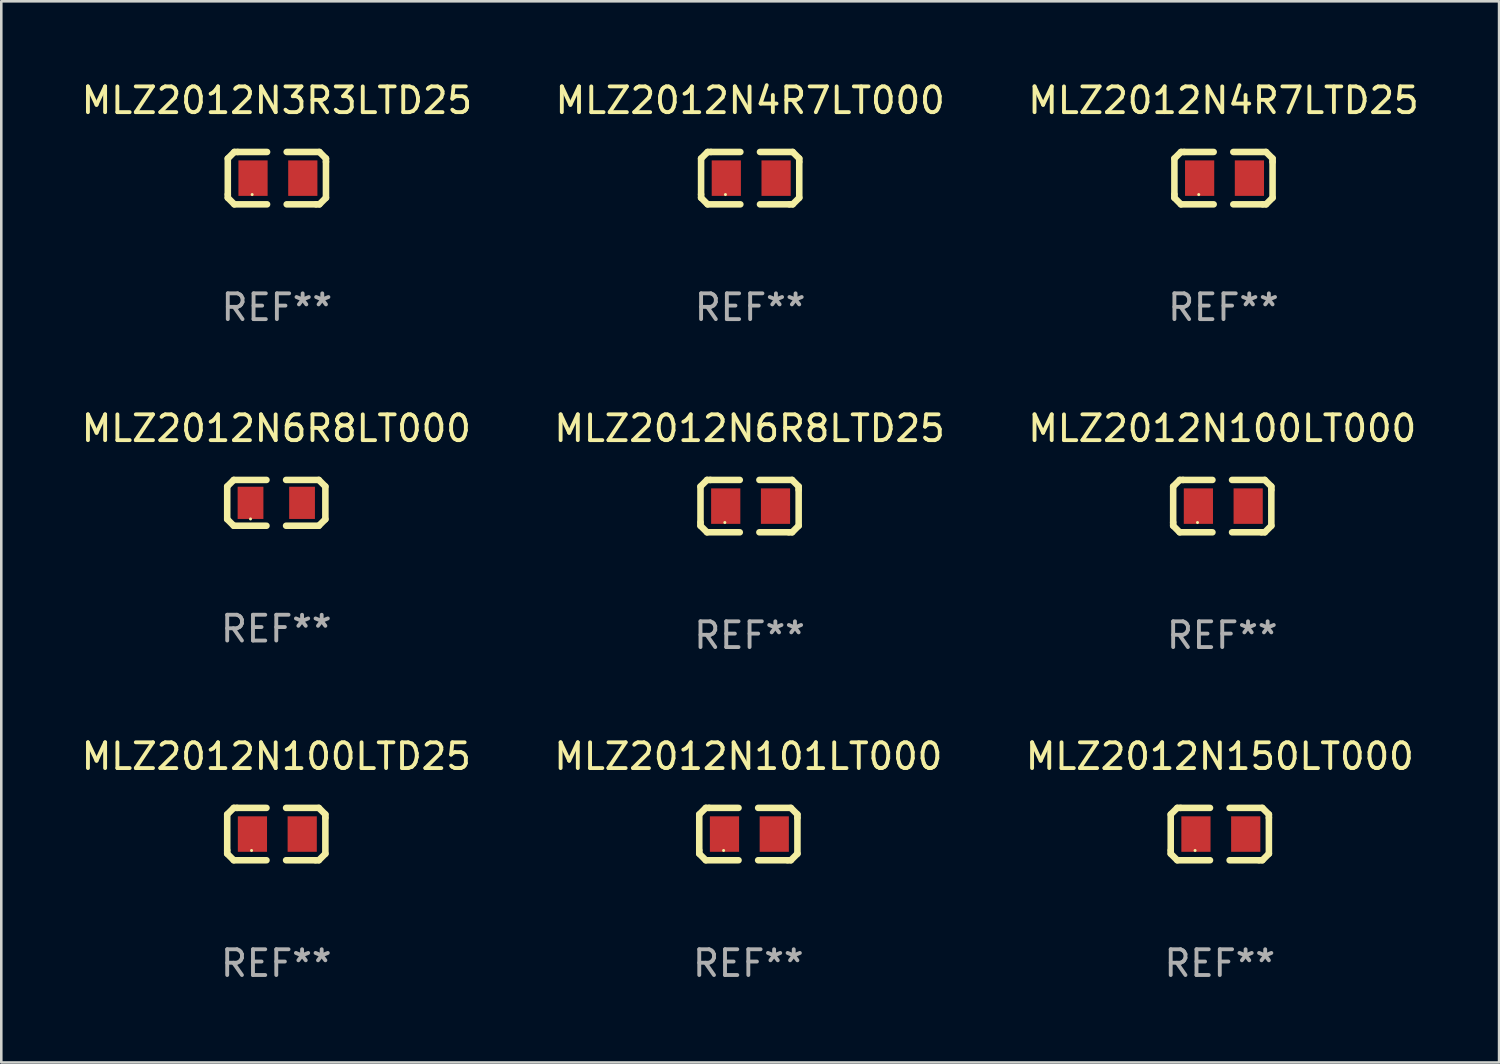
<source format=kicad_pcb>
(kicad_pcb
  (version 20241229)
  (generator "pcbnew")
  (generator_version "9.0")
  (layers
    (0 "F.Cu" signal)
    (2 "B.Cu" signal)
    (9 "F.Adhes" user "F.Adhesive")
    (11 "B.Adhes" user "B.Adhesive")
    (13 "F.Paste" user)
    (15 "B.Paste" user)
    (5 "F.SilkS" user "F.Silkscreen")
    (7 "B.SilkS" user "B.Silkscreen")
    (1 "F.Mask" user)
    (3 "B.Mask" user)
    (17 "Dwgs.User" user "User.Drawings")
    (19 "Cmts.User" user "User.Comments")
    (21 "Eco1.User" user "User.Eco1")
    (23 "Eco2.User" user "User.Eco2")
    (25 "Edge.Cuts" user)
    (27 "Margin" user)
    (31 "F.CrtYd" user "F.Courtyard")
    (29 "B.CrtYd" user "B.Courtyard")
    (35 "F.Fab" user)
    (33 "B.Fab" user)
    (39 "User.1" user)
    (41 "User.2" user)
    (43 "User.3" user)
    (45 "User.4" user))
  (footprint "MLZ2012N100LTD25"
    (layer "F.Cu")
    (at 7.673 29.321)
    (property "Reference" "MLZ2012N100LTD25" (at 0 -3.016 0) (layer "F.SilkS") (effects (font (size 1 1) (thickness 0.15))))
    (attr through_hole)
    (fp_line (start -1.905 -0.762) (end -1.905 0.635) (stroke (width 0.254) (type solid)) (layer "F.SilkS"))
    (fp_line (start -1.905 0.635) (end -1.905 0.762) (stroke (width 0.254) (type solid)) (layer "F.SilkS"))
    (fp_line (start -1.905 0.762) (end -1.651 1.016) (stroke (width 0.254) (type solid)) (layer "F.SilkS"))
    (fp_line (start -1.651 -1.016) (end -1.905 -0.762) (stroke (width 0.254) (type solid)) (layer "F.SilkS"))
    (fp_line (start -1.651 1.016) (end -0.381 1.016) (stroke (width 0.254) (type solid)) (layer "F.SilkS"))
    (fp_line (start -1.524 -1.016) (end -1.651 -1.016) (stroke (width 0.254) (type solid)) (layer "F.SilkS"))
    (fp_line (start -0.381 -1.016) (end -1.524 -1.016) (stroke (width 0.254) (type solid)) (layer "F.SilkS"))
    (fp_line (start 0.381 1.016) (end 1.524 1.016) (stroke (width 0.254) (type solid)) (layer "F.SilkS"))
    (fp_line (start 1.524 1.016) (end 1.651 1.016) (stroke (width 0.254) (type solid)) (layer "F.SilkS"))
    (fp_line (start 1.651 -1.016) (end 0.381 -1.016) (stroke (width 0.254) (type solid)) (layer "F.SilkS"))
    (fp_line (start 1.651 1.016) (end 1.905 0.762) (stroke (width 0.254) (type solid)) (layer "F.SilkS"))
    (fp_line (start 1.905 -0.762) (end 1.651 -1.016) (stroke (width 0.254) (type solid)) (layer "F.SilkS"))
    (fp_line (start 1.905 -0.635) (end 1.905 -0.762) (stroke (width 0.254) (type solid)) (layer "F.SilkS"))
    (fp_line (start 1.905 0.762) (end 1.905 -0.635) (stroke (width 0.254) (type solid)) (layer "F.SilkS"))
    (fp_circle (center -0.96 0.637) (end -0.93 0.637) (stroke (width 0.06) (type solid)) (fill no) (layer "F.SilkS"))
    (fp_text user "REF**" (at 0 5.016 0) (layer "F.Fab") (effects (font (size 1 1) (thickness 0.15))))
    (pad "1" smd rect (at -0.926 -0.000051) (size 1.133 1.377) (layers "F.Cu" "F.Mask" "F.Paste"))
    (pad "2" smd rect (at 1.006 -0.000051) (size 1.133 1.377) (layers "F.Cu" "F.Mask" "F.Paste")))
  (footprint "MLZ2012N4R7LT000"
    (layer "F.Cu")
    (at 26.065 3.864)
    (property "Reference" "MLZ2012N4R7LT000" (at 0 -3.016 0) (layer "F.SilkS") (effects (font (size 1 1) (thickness 0.15))))
    (attr through_hole)
    (fp_line (start -1.905 -0.762) (end -1.905 0.635) (stroke (width 0.254) (type solid)) (layer "F.SilkS"))
    (fp_line (start -1.905 0.635) (end -1.905 0.762) (stroke (width 0.254) (type solid)) (layer "F.SilkS"))
    (fp_line (start -1.905 0.762) (end -1.651 1.016) (stroke (width 0.254) (type solid)) (layer "F.SilkS"))
    (fp_line (start -1.651 -1.016) (end -1.905 -0.762) (stroke (width 0.254) (type solid)) (layer "F.SilkS"))
    (fp_line (start -1.651 1.016) (end -0.381 1.016) (stroke (width 0.254) (type solid)) (layer "F.SilkS"))
    (fp_line (start -1.524 -1.016) (end -1.651 -1.016) (stroke (width 0.254) (type solid)) (layer "F.SilkS"))
    (fp_line (start -0.381 -1.016) (end -1.524 -1.016) (stroke (width 0.254) (type solid)) (layer "F.SilkS"))
    (fp_line (start 0.381 1.016) (end 1.524 1.016) (stroke (width 0.254) (type solid)) (layer "F.SilkS"))
    (fp_line (start 1.524 1.016) (end 1.651 1.016) (stroke (width 0.254) (type solid)) (layer "F.SilkS"))
    (fp_line (start 1.651 -1.016) (end 0.381 -1.016) (stroke (width 0.254) (type solid)) (layer "F.SilkS"))
    (fp_line (start 1.651 1.016) (end 1.905 0.762) (stroke (width 0.254) (type solid)) (layer "F.SilkS"))
    (fp_line (start 1.905 -0.762) (end 1.651 -1.016) (stroke (width 0.254) (type solid)) (layer "F.SilkS"))
    (fp_line (start 1.905 -0.635) (end 1.905 -0.762) (stroke (width 0.254) (type solid)) (layer "F.SilkS"))
    (fp_line (start 1.905 0.762) (end 1.905 -0.635) (stroke (width 0.254) (type solid)) (layer "F.SilkS"))
    (fp_circle (center -0.96 0.637) (end -0.93 0.637) (stroke (width 0.06) (type solid)) (fill no) (layer "F.SilkS"))
    (fp_text user "REF**" (at 0 5.016 0) (layer "F.Fab") (effects (font (size 1 1) (thickness 0.15))))
    (pad "1" smd rect (at -0.926 -0.000051) (size 1.133 1.377) (layers "F.Cu" "F.Mask" "F.Paste"))
    (pad "2" smd rect (at 1.006 -0.000051) (size 1.133 1.377) (layers "F.Cu" "F.Mask" "F.Paste")))
  (footprint "MLZ2012N6R8LT000"
    (layer "F.Cu")
    (at 7.673 16.466)
    (property "Reference" "MLZ2012N6R8LT000" (at 0 -2.889 0) (layer "F.SilkS") (effects (font (size 1 1) (thickness 0.15))))
    (attr through_hole)
    (fp_line (start -1.905 -0.635) (end -1.651 -0.889) (stroke (width 0.254) (type solid)) (layer "F.SilkS"))
    (fp_line (start -1.905 0.635) (end -1.905 -0.635) (stroke (width 0.254) (type solid)) (layer "F.SilkS"))
    (fp_line (start -1.651 -0.889) (end -0.381 -0.889) (stroke (width 0.254) (type solid)) (layer "F.SilkS"))
    (fp_line (start -1.651 0.889) (end -1.905 0.635) (stroke (width 0.254) (type solid)) (layer "F.SilkS"))
    (fp_line (start -0.381 0.889) (end -1.651 0.889) (stroke (width 0.254) (type solid)) (layer "F.SilkS"))
    (fp_line (start 0.381 -0.889) (end 1.651 -0.889) (stroke (width 0.254) (type solid)) (layer "F.SilkS"))
    (fp_line (start 1.651 -0.889) (end 1.905 -0.635) (stroke (width 0.254) (type solid)) (layer "F.SilkS"))
    (fp_line (start 1.651 0.889) (end 0.381 0.889) (stroke (width 0.254) (type solid)) (layer "F.SilkS"))
    (fp_line (start 1.905 -0.635) (end 1.905 0.635) (stroke (width 0.254) (type solid)) (layer "F.SilkS"))
    (fp_line (start 1.905 0.635) (end 1.651 0.889) (stroke (width 0.254) (type solid)) (layer "F.SilkS"))
    (fp_circle (center -1 0.625) (end -0.97 0.625) (stroke (width 0.06) (type solid)) (fill no) (layer "F.SilkS"))
    (fp_text user "REF**" (at 0 4.889 0) (layer "F.Fab") (effects (font (size 1 1) (thickness 0.15))))
    (pad "1" smd rect (at -1 0 180) (size 1 1.25) (layers "F.Cu" "F.Mask" "F.Paste"))
    (pad "2" smd rect (at 1 0) (size 1 1.25) (layers "F.Cu" "F.Mask" "F.Paste")))
  (footprint "MLZ2012N150LT000"
    (layer "F.Cu")
    (at 44.292 29.321)
    (property "Reference" "MLZ2012N150LT000" (at 0 -3.016 0) (layer "F.SilkS") (effects (font (size 1 1) (thickness 0.15))))
    (attr through_hole)
    (fp_line (start -1.905 -0.762) (end -1.905 0.635) (stroke (width 0.254) (type solid)) (layer "F.SilkS"))
    (fp_line (start -1.905 0.635) (end -1.905 0.762) (stroke (width 0.254) (type solid)) (layer "F.SilkS"))
    (fp_line (start -1.905 0.762) (end -1.651 1.016) (stroke (width 0.254) (type solid)) (layer "F.SilkS"))
    (fp_line (start -1.651 -1.016) (end -1.905 -0.762) (stroke (width 0.254) (type solid)) (layer "F.SilkS"))
    (fp_line (start -1.651 1.016) (end -0.381 1.016) (stroke (width 0.254) (type solid)) (layer "F.SilkS"))
    (fp_line (start -1.524 -1.016) (end -1.651 -1.016) (stroke (width 0.254) (type solid)) (layer "F.SilkS"))
    (fp_line (start -0.381 -1.016) (end -1.524 -1.016) (stroke (width 0.254) (type solid)) (layer "F.SilkS"))
    (fp_line (start 0.381 1.016) (end 1.524 1.016) (stroke (width 0.254) (type solid)) (layer "F.SilkS"))
    (fp_line (start 1.524 1.016) (end 1.651 1.016) (stroke (width 0.254) (type solid)) (layer "F.SilkS"))
    (fp_line (start 1.651 -1.016) (end 0.381 -1.016) (stroke (width 0.254) (type solid)) (layer "F.SilkS"))
    (fp_line (start 1.651 1.016) (end 1.905 0.762) (stroke (width 0.254) (type solid)) (layer "F.SilkS"))
    (fp_line (start 1.905 -0.762) (end 1.651 -1.016) (stroke (width 0.254) (type solid)) (layer "F.SilkS"))
    (fp_line (start 1.905 -0.635) (end 1.905 -0.762) (stroke (width 0.254) (type solid)) (layer "F.SilkS"))
    (fp_line (start 1.905 0.762) (end 1.905 -0.635) (stroke (width 0.254) (type solid)) (layer "F.SilkS"))
    (fp_circle (center -0.96 0.637) (end -0.93 0.637) (stroke (width 0.06) (type solid)) (fill no) (layer "F.SilkS"))
    (fp_text user "REF**" (at 0 5.016 0) (layer "F.Fab") (effects (font (size 1 1) (thickness 0.15))))
    (pad "1" smd rect (at -0.926 -0.000051) (size 1.133 1.377) (layers "F.Cu" "F.Mask" "F.Paste"))
    (pad "2" smd rect (at 1.006 -0.000051) (size 1.133 1.377) (layers "F.Cu" "F.Mask" "F.Paste")))
  (footprint "MLZ2012N4R7LTD25"
    (layer "F.Cu")
    (at 44.435 3.864)
    (property "Reference" "MLZ2012N4R7LTD25" (at 0 -3.016 0) (layer "F.SilkS") (effects (font (size 1 1) (thickness 0.15))))
    (attr through_hole)
    (fp_line (start -1.905 -0.762) (end -1.905 0.635) (stroke (width 0.254) (type solid)) (layer "F.SilkS"))
    (fp_line (start -1.905 0.635) (end -1.905 0.762) (stroke (width 0.254) (type solid)) (layer "F.SilkS"))
    (fp_line (start -1.905 0.762) (end -1.651 1.016) (stroke (width 0.254) (type solid)) (layer "F.SilkS"))
    (fp_line (start -1.651 -1.016) (end -1.905 -0.762) (stroke (width 0.254) (type solid)) (layer "F.SilkS"))
    (fp_line (start -1.651 1.016) (end -0.381 1.016) (stroke (width 0.254) (type solid)) (layer "F.SilkS"))
    (fp_line (start -1.524 -1.016) (end -1.651 -1.016) (stroke (width 0.254) (type solid)) (layer "F.SilkS"))
    (fp_line (start -0.381 -1.016) (end -1.524 -1.016) (stroke (width 0.254) (type solid)) (layer "F.SilkS"))
    (fp_line (start 0.381 1.016) (end 1.524 1.016) (stroke (width 0.254) (type solid)) (layer "F.SilkS"))
    (fp_line (start 1.524 1.016) (end 1.651 1.016) (stroke (width 0.254) (type solid)) (layer "F.SilkS"))
    (fp_line (start 1.651 -1.016) (end 0.381 -1.016) (stroke (width 0.254) (type solid)) (layer "F.SilkS"))
    (fp_line (start 1.651 1.016) (end 1.905 0.762) (stroke (width 0.254) (type solid)) (layer "F.SilkS"))
    (fp_line (start 1.905 -0.762) (end 1.651 -1.016) (stroke (width 0.254) (type solid)) (layer "F.SilkS"))
    (fp_line (start 1.905 -0.635) (end 1.905 -0.762) (stroke (width 0.254) (type solid)) (layer "F.SilkS"))
    (fp_line (start 1.905 0.762) (end 1.905 -0.635) (stroke (width 0.254) (type solid)) (layer "F.SilkS"))
    (fp_circle (center -0.96 0.637) (end -0.93 0.637) (stroke (width 0.06) (type solid)) (fill no) (layer "F.SilkS"))
    (fp_text user "REF**" (at 0 5.016 0) (layer "F.Fab") (effects (font (size 1 1) (thickness 0.15))))
    (pad "1" smd rect (at -0.926 -0.000051) (size 1.133 1.377) (layers "F.Cu" "F.Mask" "F.Paste"))
    (pad "2" smd rect (at 1.006 -0.000051) (size 1.133 1.377) (layers "F.Cu" "F.Mask" "F.Paste")))
  (footprint "MLZ2012N101LT000"
    (layer "F.Cu")
    (at 25.994 29.321)
    (property "Reference" "MLZ2012N101LT000" (at 0 -3.016 0) (layer "F.SilkS") (effects (font (size 1 1) (thickness 0.15))))
    (attr through_hole)
    (fp_line (start -1.905 -0.762) (end -1.905 0.635) (stroke (width 0.254) (type solid)) (layer "F.SilkS"))
    (fp_line (start -1.905 0.635) (end -1.905 0.762) (stroke (width 0.254) (type solid)) (layer "F.SilkS"))
    (fp_line (start -1.905 0.762) (end -1.651 1.016) (stroke (width 0.254) (type solid)) (layer "F.SilkS"))
    (fp_line (start -1.651 -1.016) (end -1.905 -0.762) (stroke (width 0.254) (type solid)) (layer "F.SilkS"))
    (fp_line (start -1.651 1.016) (end -0.381 1.016) (stroke (width 0.254) (type solid)) (layer "F.SilkS"))
    (fp_line (start -1.524 -1.016) (end -1.651 -1.016) (stroke (width 0.254) (type solid)) (layer "F.SilkS"))
    (fp_line (start -0.381 -1.016) (end -1.524 -1.016) (stroke (width 0.254) (type solid)) (layer "F.SilkS"))
    (fp_line (start 0.381 1.016) (end 1.524 1.016) (stroke (width 0.254) (type solid)) (layer "F.SilkS"))
    (fp_line (start 1.524 1.016) (end 1.651 1.016) (stroke (width 0.254) (type solid)) (layer "F.SilkS"))
    (fp_line (start 1.651 -1.016) (end 0.381 -1.016) (stroke (width 0.254) (type solid)) (layer "F.SilkS"))
    (fp_line (start 1.651 1.016) (end 1.905 0.762) (stroke (width 0.254) (type solid)) (layer "F.SilkS"))
    (fp_line (start 1.905 -0.762) (end 1.651 -1.016) (stroke (width 0.254) (type solid)) (layer "F.SilkS"))
    (fp_line (start 1.905 -0.635) (end 1.905 -0.762) (stroke (width 0.254) (type solid)) (layer "F.SilkS"))
    (fp_line (start 1.905 0.762) (end 1.905 -0.635) (stroke (width 0.254) (type solid)) (layer "F.SilkS"))
    (fp_circle (center -0.96 0.637) (end -0.93 0.637) (stroke (width 0.06) (type solid)) (fill no) (layer "F.SilkS"))
    (fp_text user "REF**" (at 0 5.016 0) (layer "F.Fab") (effects (font (size 1 1) (thickness 0.15))))
    (pad "1" smd rect (at -0.926 -0.000051) (size 1.133 1.377) (layers "F.Cu" "F.Mask" "F.Paste"))
    (pad "2" smd rect (at 1.006 -0.000051) (size 1.133 1.377) (layers "F.Cu" "F.Mask" "F.Paste")))
  (footprint "MLZ2012N3R3LTD25"
    (layer "F.Cu")
    (at 7.696 3.864)
    (property "Reference" "MLZ2012N3R3LTD25" (at 0 -3.016 0) (layer "F.SilkS") (effects (font (size 1 1) (thickness 0.15))))
    (attr through_hole)
    (fp_line (start -1.905 -0.762) (end -1.905 0.635) (stroke (width 0.254) (type solid)) (layer "F.SilkS"))
    (fp_line (start -1.905 0.635) (end -1.905 0.762) (stroke (width 0.254) (type solid)) (layer "F.SilkS"))
    (fp_line (start -1.905 0.762) (end -1.651 1.016) (stroke (width 0.254) (type solid)) (layer "F.SilkS"))
    (fp_line (start -1.651 -1.016) (end -1.905 -0.762) (stroke (width 0.254) (type solid)) (layer "F.SilkS"))
    (fp_line (start -1.651 1.016) (end -0.381 1.016) (stroke (width 0.254) (type solid)) (layer "F.SilkS"))
    (fp_line (start -1.524 -1.016) (end -1.651 -1.016) (stroke (width 0.254) (type solid)) (layer "F.SilkS"))
    (fp_line (start -0.381 -1.016) (end -1.524 -1.016) (stroke (width 0.254) (type solid)) (layer "F.SilkS"))
    (fp_line (start 0.381 1.016) (end 1.524 1.016) (stroke (width 0.254) (type solid)) (layer "F.SilkS"))
    (fp_line (start 1.524 1.016) (end 1.651 1.016) (stroke (width 0.254) (type solid)) (layer "F.SilkS"))
    (fp_line (start 1.651 -1.016) (end 0.381 -1.016) (stroke (width 0.254) (type solid)) (layer "F.SilkS"))
    (fp_line (start 1.651 1.016) (end 1.905 0.762) (stroke (width 0.254) (type solid)) (layer "F.SilkS"))
    (fp_line (start 1.905 -0.762) (end 1.651 -1.016) (stroke (width 0.254) (type solid)) (layer "F.SilkS"))
    (fp_line (start 1.905 -0.635) (end 1.905 -0.762) (stroke (width 0.254) (type solid)) (layer "F.SilkS"))
    (fp_line (start 1.905 0.762) (end 1.905 -0.635) (stroke (width 0.254) (type solid)) (layer "F.SilkS"))
    (fp_circle (center -0.96 0.637) (end -0.93 0.637) (stroke (width 0.06) (type solid)) (fill no) (layer "F.SilkS"))
    (fp_text user "REF**" (at 0 5.016 0) (layer "F.Fab") (effects (font (size 1 1) (thickness 0.15))))
    (pad "1" smd rect (at -0.926 -0.000051) (size 1.133 1.377) (layers "F.Cu" "F.Mask" "F.Paste"))
    (pad "2" smd rect (at 1.006 -0.000051) (size 1.133 1.377) (layers "F.Cu" "F.Mask" "F.Paste")))
  (footprint "MLZ2012N6R8LTD25"
    (layer "F.Cu")
    (at 26.042 16.593)
    (property "Reference" "MLZ2012N6R8LTD25" (at 0 -3.016 0) (layer "F.SilkS") (effects (font (size 1 1) (thickness 0.15))))
    (attr through_hole)
    (fp_line (start -1.905 -0.762) (end -1.905 0.635) (stroke (width 0.254) (type solid)) (layer "F.SilkS"))
    (fp_line (start -1.905 0.635) (end -1.905 0.762) (stroke (width 0.254) (type solid)) (layer "F.SilkS"))
    (fp_line (start -1.905 0.762) (end -1.651 1.016) (stroke (width 0.254) (type solid)) (layer "F.SilkS"))
    (fp_line (start -1.651 -1.016) (end -1.905 -0.762) (stroke (width 0.254) (type solid)) (layer "F.SilkS"))
    (fp_line (start -1.651 1.016) (end -0.381 1.016) (stroke (width 0.254) (type solid)) (layer "F.SilkS"))
    (fp_line (start -1.524 -1.016) (end -1.651 -1.016) (stroke (width 0.254) (type solid)) (layer "F.SilkS"))
    (fp_line (start -0.381 -1.016) (end -1.524 -1.016) (stroke (width 0.254) (type solid)) (layer "F.SilkS"))
    (fp_line (start 0.381 1.016) (end 1.524 1.016) (stroke (width 0.254) (type solid)) (layer "F.SilkS"))
    (fp_line (start 1.524 1.016) (end 1.651 1.016) (stroke (width 0.254) (type solid)) (layer "F.SilkS"))
    (fp_line (start 1.651 -1.016) (end 0.381 -1.016) (stroke (width 0.254) (type solid)) (layer "F.SilkS"))
    (fp_line (start 1.651 1.016) (end 1.905 0.762) (stroke (width 0.254) (type solid)) (layer "F.SilkS"))
    (fp_line (start 1.905 -0.762) (end 1.651 -1.016) (stroke (width 0.254) (type solid)) (layer "F.SilkS"))
    (fp_line (start 1.905 -0.635) (end 1.905 -0.762) (stroke (width 0.254) (type solid)) (layer "F.SilkS"))
    (fp_line (start 1.905 0.762) (end 1.905 -0.635) (stroke (width 0.254) (type solid)) (layer "F.SilkS"))
    (fp_circle (center -0.96 0.637) (end -0.93 0.637) (stroke (width 0.06) (type solid)) (fill no) (layer "F.SilkS"))
    (fp_text user "REF**" (at 0 5.016 0) (layer "F.Fab") (effects (font (size 1 1) (thickness 0.15))))
    (pad "1" smd rect (at -0.926 -0.000051) (size 1.133 1.377) (layers "F.Cu" "F.Mask" "F.Paste"))
    (pad "2" smd rect (at 1.006 -0.000051) (size 1.133 1.377) (layers "F.Cu" "F.Mask" "F.Paste")))
  (footprint "MLZ2012N100LT000"
    (layer "F.Cu")
    (at 44.387 16.593)
    (property "Reference" "MLZ2012N100LT000" (at 0 -3.016 0) (layer "F.SilkS") (effects (font (size 1 1) (thickness 0.15))))
    (attr through_hole)
    (fp_line (start -1.905 -0.762) (end -1.905 0.635) (stroke (width 0.254) (type solid)) (layer "F.SilkS"))
    (fp_line (start -1.905 0.635) (end -1.905 0.762) (stroke (width 0.254) (type solid)) (layer "F.SilkS"))
    (fp_line (start -1.905 0.762) (end -1.651 1.016) (stroke (width 0.254) (type solid)) (layer "F.SilkS"))
    (fp_line (start -1.651 -1.016) (end -1.905 -0.762) (stroke (width 0.254) (type solid)) (layer "F.SilkS"))
    (fp_line (start -1.651 1.016) (end -0.381 1.016) (stroke (width 0.254) (type solid)) (layer "F.SilkS"))
    (fp_line (start -1.524 -1.016) (end -1.651 -1.016) (stroke (width 0.254) (type solid)) (layer "F.SilkS"))
    (fp_line (start -0.381 -1.016) (end -1.524 -1.016) (stroke (width 0.254) (type solid)) (layer "F.SilkS"))
    (fp_line (start 0.381 1.016) (end 1.524 1.016) (stroke (width 0.254) (type solid)) (layer "F.SilkS"))
    (fp_line (start 1.524 1.016) (end 1.651 1.016) (stroke (width 0.254) (type solid)) (layer "F.SilkS"))
    (fp_line (start 1.651 -1.016) (end 0.381 -1.016) (stroke (width 0.254) (type solid)) (layer "F.SilkS"))
    (fp_line (start 1.651 1.016) (end 1.905 0.762) (stroke (width 0.254) (type solid)) (layer "F.SilkS"))
    (fp_line (start 1.905 -0.762) (end 1.651 -1.016) (stroke (width 0.254) (type solid)) (layer "F.SilkS"))
    (fp_line (start 1.905 -0.635) (end 1.905 -0.762) (stroke (width 0.254) (type solid)) (layer "F.SilkS"))
    (fp_line (start 1.905 0.762) (end 1.905 -0.635) (stroke (width 0.254) (type solid)) (layer "F.SilkS"))
    (fp_circle (center -0.96 0.637) (end -0.93 0.637) (stroke (width 0.06) (type solid)) (fill no) (layer "F.SilkS"))
    (fp_text user "REF**" (at 0 5.016 0) (layer "F.Fab") (effects (font (size 1 1) (thickness 0.15))))
    (pad "1" smd rect (at -0.926 -0.000051) (size 1.133 1.377) (layers "F.Cu" "F.Mask" "F.Paste"))
    (pad "2" smd rect (at 1.006 -0.000051) (size 1.133 1.377) (layers "F.Cu" "F.Mask" "F.Paste")))
  (gr_rect
    (start -3 -3)
    (end 55.131 38.186)
    (stroke (width 0.1) (type default))
    (fill no)
    (layer "Edge.Cuts")))
</source>
